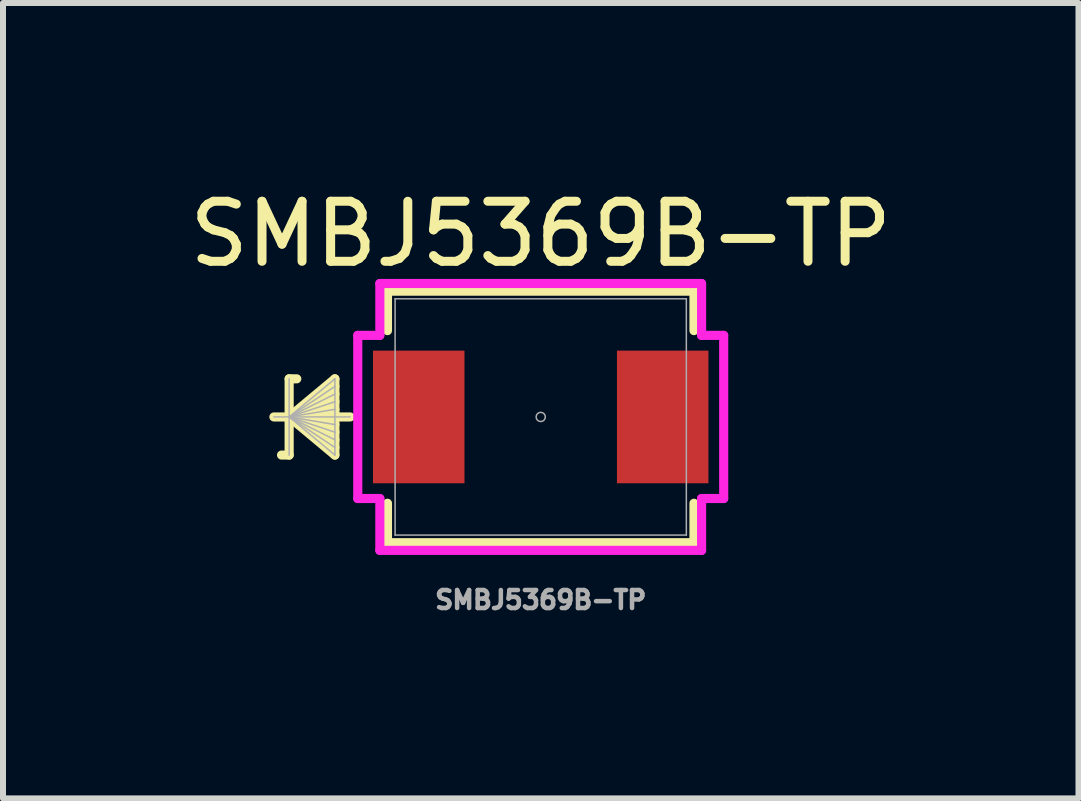
<source format=kicad_pcb>
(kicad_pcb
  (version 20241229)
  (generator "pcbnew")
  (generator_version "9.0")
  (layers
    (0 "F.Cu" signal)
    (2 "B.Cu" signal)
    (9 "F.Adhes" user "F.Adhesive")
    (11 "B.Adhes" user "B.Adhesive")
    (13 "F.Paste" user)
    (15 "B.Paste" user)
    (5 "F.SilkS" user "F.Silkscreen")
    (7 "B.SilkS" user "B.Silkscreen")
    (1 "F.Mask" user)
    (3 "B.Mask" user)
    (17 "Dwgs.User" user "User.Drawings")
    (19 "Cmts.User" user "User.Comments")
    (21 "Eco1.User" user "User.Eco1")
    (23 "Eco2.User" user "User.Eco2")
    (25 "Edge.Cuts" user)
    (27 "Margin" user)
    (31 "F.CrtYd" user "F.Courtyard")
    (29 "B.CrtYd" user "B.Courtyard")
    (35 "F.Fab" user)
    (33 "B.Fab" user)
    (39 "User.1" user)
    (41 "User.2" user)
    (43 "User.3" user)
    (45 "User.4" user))
  (footprint "SMBJ5369B-TP"
    (layer "F.Cu")
    (at 5.958 3.896)
    (property "Reference" "SMBJ5369B-TP" (at 0 -3.048 0) (unlocked yes) (layer "F.SilkS") (effects (font (size 1 1) (thickness 0.15))))
    (attr smd)
    (fp_line (start -4.191 -0.635) (end -4.191 0.635) (stroke (width 0.152) (type solid)) (layer "F.SilkS"))
    (fp_line (start -4.191 -0.635) (end -4.064 -0.635) (stroke (width 0.152) (type solid)) (layer "F.SilkS"))
    (fp_line (start -4.191 0) (end -3.429 -0.635) (stroke (width 0.152) (type solid)) (layer "F.SilkS"))
    (fp_line (start -4.191 0) (end -3.429 -0.508) (stroke (width 0.152) (type solid)) (layer "F.SilkS"))
    (fp_line (start -4.191 0) (end -3.429 -0.381) (stroke (width 0.152) (type solid)) (layer "F.SilkS"))
    (fp_line (start -4.191 0) (end -3.429 -0.254) (stroke (width 0.152) (type solid)) (layer "F.SilkS"))
    (fp_line (start -4.191 0) (end -3.429 -0.127) (stroke (width 0.152) (type solid)) (layer "F.SilkS"))
    (fp_line (start -4.191 0) (end -3.429 0.127) (stroke (width 0.152) (type solid)) (layer "F.SilkS"))
    (fp_line (start -4.191 0) (end -3.429 0.254) (stroke (width 0.152) (type solid)) (layer "F.SilkS"))
    (fp_line (start -4.191 0) (end -3.429 0.381) (stroke (width 0.152) (type solid)) (layer "F.SilkS"))
    (fp_line (start -4.191 0) (end -3.429 0.508) (stroke (width 0.152) (type solid)) (layer "F.SilkS"))
    (fp_line (start -4.191 0) (end -3.429 0.635) (stroke (width 0.152) (type solid)) (layer "F.SilkS"))
    (fp_line (start -4.191 0.635) (end -4.318 0.635) (stroke (width 0.152) (type solid)) (layer "F.SilkS"))
    (fp_line (start -3.429 -0.635) (end -3.429 0.635) (stroke (width 0.152) (type solid)) (layer "F.SilkS"))
    (fp_line (start -3.175 0) (end -4.445 0) (stroke (width 0.152) (type solid)) (layer "F.SilkS"))
    (fp_line (start -2.553 -2.095) (end -2.553 -1.438) (stroke (width 0.152) (type solid)) (layer "F.SilkS"))
    (fp_line (start -2.553 1.438) (end -2.553 2.095) (stroke (width 0.152) (type solid)) (layer "F.SilkS"))
    (fp_line (start -2.553 2.095) (end 2.553 2.095) (stroke (width 0.152) (type solid)) (layer "F.SilkS"))
    (fp_line (start 2.553 -2.095) (end -2.553 -2.095) (stroke (width 0.152) (type solid)) (layer "F.SilkS"))
    (fp_line (start 2.553 -1.438) (end 2.553 -2.095) (stroke (width 0.152) (type solid)) (layer "F.SilkS"))
    (fp_line (start 2.553 2.095) (end 2.553 1.438) (stroke (width 0.152) (type solid)) (layer "F.SilkS"))
    (fp_line (start -3.048 -1.359) (end -2.68 -1.359) (stroke (width 0.152) (type solid)) (layer "F.CrtYd"))
    (fp_line (start -3.048 1.359) (end -3.048 -1.359) (stroke (width 0.152) (type solid)) (layer "F.CrtYd"))
    (fp_line (start -3.048 1.359) (end -2.68 1.359) (stroke (width 0.152) (type solid)) (layer "F.CrtYd"))
    (fp_line (start -2.68 -2.223) (end 2.68 -2.223) (stroke (width 0.152) (type solid)) (layer "F.CrtYd"))
    (fp_line (start -2.68 -1.359) (end -2.68 -2.223) (stroke (width 0.152) (type solid)) (layer "F.CrtYd"))
    (fp_line (start -2.68 2.223) (end -2.68 1.359) (stroke (width 0.152) (type solid)) (layer "F.CrtYd"))
    (fp_line (start 2.68 -2.223) (end 2.68 -1.359) (stroke (width 0.152) (type solid)) (layer "F.CrtYd"))
    (fp_line (start 2.68 1.359) (end 2.68 2.223) (stroke (width 0.152) (type solid)) (layer "F.CrtYd"))
    (fp_line (start 2.68 2.223) (end -2.68 2.223) (stroke (width 0.152) (type solid)) (layer "F.CrtYd"))
    (fp_line (start 3.048 -1.359) (end 2.68 -1.359) (stroke (width 0.152) (type solid)) (layer "F.CrtYd"))
    (fp_line (start 3.048 -1.359) (end 3.048 1.359) (stroke (width 0.152) (type solid)) (layer "F.CrtYd"))
    (fp_line (start 3.048 1.359) (end 2.68 1.359) (stroke (width 0.152) (type solid)) (layer "F.CrtYd"))
    (fp_line (start -4.191 -0.635) (end -4.191 0.635) (stroke (width 0.025) (type solid)) (layer "F.Fab"))
    (fp_line (start -4.191 0) (end -3.429 -0.635) (stroke (width 0.025) (type solid)) (layer "F.Fab"))
    (fp_line (start -4.191 0) (end -3.429 -0.508) (stroke (width 0.025) (type solid)) (layer "F.Fab"))
    (fp_line (start -4.191 0) (end -3.429 -0.381) (stroke (width 0.025) (type solid)) (layer "F.Fab"))
    (fp_line (start -4.191 0) (end -3.429 -0.254) (stroke (width 0.025) (type solid)) (layer "F.Fab"))
    (fp_line (start -4.191 0) (end -3.429 -0.127) (stroke (width 0.025) (type solid)) (layer "F.Fab"))
    (fp_line (start -4.191 0) (end -3.429 0.127) (stroke (width 0.025) (type solid)) (layer "F.Fab"))
    (fp_line (start -4.191 0) (end -3.429 0.254) (stroke (width 0.025) (type solid)) (layer "F.Fab"))
    (fp_line (start -4.191 0) (end -3.429 0.381) (stroke (width 0.025) (type solid)) (layer "F.Fab"))
    (fp_line (start -4.191 0) (end -3.429 0.508) (stroke (width 0.025) (type solid)) (layer "F.Fab"))
    (fp_line (start -4.191 0) (end -3.429 0.635) (stroke (width 0.025) (type solid)) (layer "F.Fab"))
    (fp_line (start -3.429 -0.635) (end -3.429 0.635) (stroke (width 0.025) (type solid)) (layer "F.Fab"))
    (fp_line (start -3.175 0) (end -4.445 0) (stroke (width 0.025) (type solid)) (layer "F.Fab"))
    (fp_line (start -2.426 -1.968) (end -2.426 1.968) (stroke (width 0.025) (type solid)) (layer "F.Fab"))
    (fp_line (start -2.426 1.968) (end 2.426 1.968) (stroke (width 0.025) (type solid)) (layer "F.Fab"))
    (fp_line (start 2.426 -1.968) (end -2.426 -1.968) (stroke (width 0.025) (type solid)) (layer "F.Fab"))
    (fp_line (start 2.426 1.968) (end 2.426 -1.968) (stroke (width 0.025) (type solid)) (layer "F.Fab"))
    (fp_circle (center 0 0) (end 0.076 0) (stroke (width 0.025) (type solid)) (fill no) (layer "F.Fab"))
    (fp_text user "${REFERENCE}" (at 0 3.048 0) (unlocked yes) (layer "F.Fab") (effects (font (size 0.3 0.3) (thickness 0.075))))
    (pad "1" smd rect (at -2.032 0) (size 1.524 2.21) (layers "F.Cu" "F.Mask" "F.Paste"))
    (pad "2" smd rect (at 2.032 0) (size 1.524 2.21) (layers "F.Cu" "F.Mask" "F.Paste")))
  (gr_rect
    (start -3 -3)
    (end 14.917 10.251)
    (stroke (width 0.1) (type default))
    (fill no)
    (layer "Edge.Cuts")))
</source>
